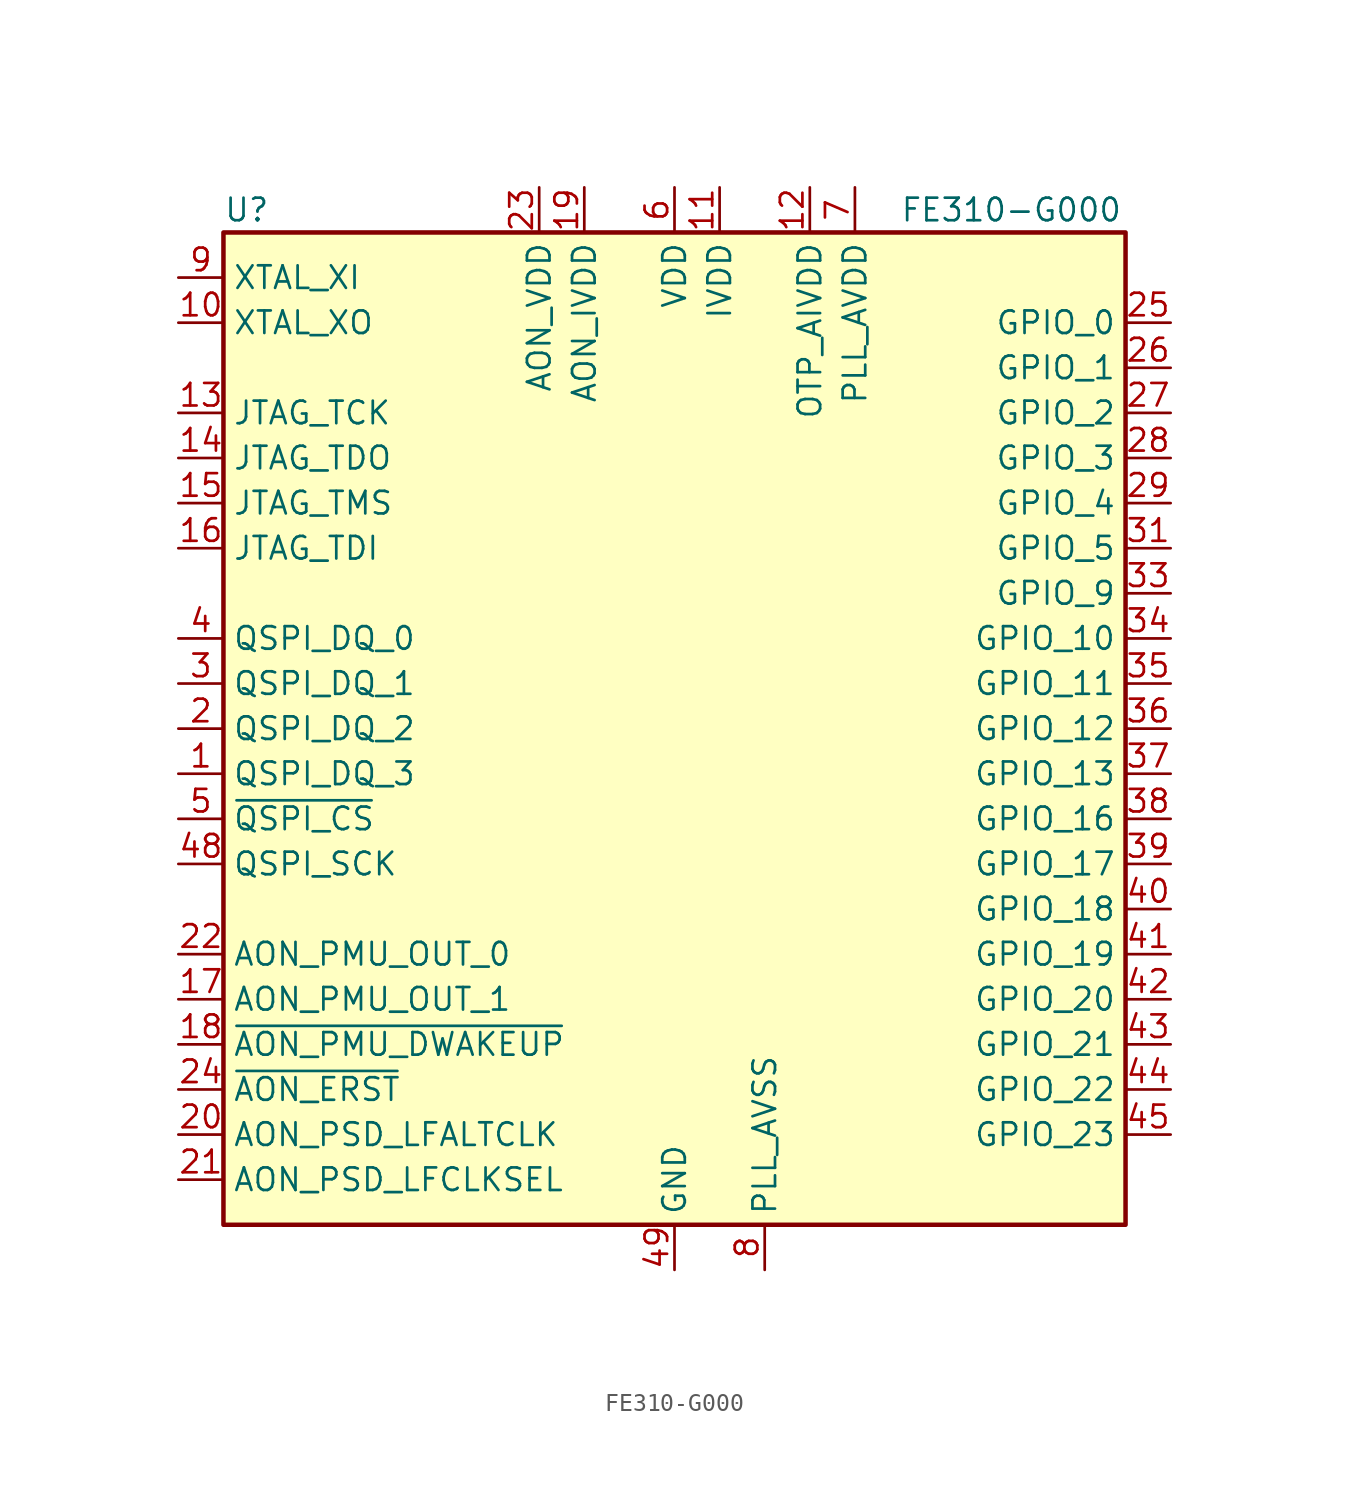
<source format=kicad_sym>
(kicad_symbol_lib
  (version 20211014)
  (generator kicad_symbol_editor)
  (symbol "FE310-G000"
    (property "Reference" "U"
      (at -25.4 29.21 0)
      (effects (font (size 1.27 1.27)) (justify left)))
    (property "Value" "FE310-G000"
      (at 12.7 29.21 0)
      (effects (font (size 1.27 1.27)) (justify left)))
    (symbol "FE310-G000_0_1"
      (rectangle (start -25.4 27.94) (end 25.4 -27.94) (stroke (width 0.254) (type default) (color 0 0 0 0)) (fill (type background))))
    (symbol "FE310-G000_1_1"
      (pin bidirectional line (at -27.94 -2.54 0) (length 2.54) (name "QSPI_DQ_3" (effects (font (size 1.27 1.27)))) (number "1" (effects (font (size 1.27 1.27)))))
      (pin output line (at -27.94 22.86 0) (length 2.54) (name "XTAL_XO" (effects (font (size 1.27 1.27)))) (number "10" (effects (font (size 1.27 1.27)))))
      (pin power_in line (at 2.54 30.48 270) (length 2.54) (name "IVDD" (effects (font (size 1.27 1.27)))) (number "11" (effects (font (size 1.27 1.27)))))
      (pin power_in line (at 7.62 30.48 270) (length 2.54) (name "OTP_AIVDD" (effects (font (size 1.27 1.27)))) (number "12" (effects (font (size 1.27 1.27)))))
      (pin input line (at -27.94 17.78 0) (length 2.54) (name "JTAG_TCK" (effects (font (size 1.27 1.27)))) (number "13" (effects (font (size 1.27 1.27)))))
      (pin output line (at -27.94 15.24 0) (length 2.54) (name "JTAG_TDO" (effects (font (size 1.27 1.27)))) (number "14" (effects (font (size 1.27 1.27)))))
      (pin input line (at -27.94 12.7 0) (length 2.54) (name "JTAG_TMS" (effects (font (size 1.27 1.27)))) (number "15" (effects (font (size 1.27 1.27)))))
      (pin input line (at -27.94 10.16 0) (length 2.54) (name "JTAG_TDI" (effects (font (size 1.27 1.27)))) (number "16" (effects (font (size 1.27 1.27)))))
      (pin output line (at -27.94 -15.24 0) (length 2.54) (name "AON_PMU_OUT_1" (effects (font (size 1.27 1.27)))) (number "17" (effects (font (size 1.27 1.27)))))
      (pin input line (at -27.94 -17.78 0) (length 2.54) (name "~{AON_PMU_DWAKEUP}" (effects (font (size 1.27 1.27)))) (number "18" (effects (font (size 1.27 1.27)))))
      (pin power_in line (at -5.08 30.48 270) (length 2.54) (name "AON_IVDD" (effects (font (size 1.27 1.27)))) (number "19" (effects (font (size 1.27 1.27)))))
      (pin bidirectional line (at -27.94 0 0) (length 2.54) (name "QSPI_DQ_2" (effects (font (size 1.27 1.27)))) (number "2" (effects (font (size 1.27 1.27)))))
      (pin input line (at -27.94 -22.86 0) (length 2.54) (name "AON_PSD_LFALTCLK" (effects (font (size 1.27 1.27)))) (number "20" (effects (font (size 1.27 1.27)))))
      (pin input line (at -27.94 -25.4 0) (length 2.54) (name "AON_PSD_LFCLKSEL" (effects (font (size 1.27 1.27)))) (number "21" (effects (font (size 1.27 1.27)))))
      (pin output line (at -27.94 -12.7 0) (length 2.54) (name "AON_PMU_OUT_0" (effects (font (size 1.27 1.27)))) (number "22" (effects (font (size 1.27 1.27)))))
      (pin power_in line (at -7.62 30.48 270) (length 2.54) (name "AON_VDD" (effects (font (size 1.27 1.27)))) (number "23" (effects (font (size 1.27 1.27)))))
      (pin input line (at -27.94 -20.32 0) (length 2.54) (name "~{AON_ERST}" (effects (font (size 1.27 1.27)))) (number "24" (effects (font (size 1.27 1.27)))))
      (pin bidirectional line (at 27.94 22.86 180) (length 2.54) (name "GPIO_0" (effects (font (size 1.27 1.27)))) (number "25" (effects (font (size 1.27 1.27)))))
      (pin bidirectional line (at 27.94 20.32 180) (length 2.54) (name "GPIO_1" (effects (font (size 1.27 1.27)))) (number "26" (effects (font (size 1.27 1.27)))))
      (pin bidirectional line (at 27.94 17.78 180) (length 2.54) (name "GPIO_2" (effects (font (size 1.27 1.27)))) (number "27" (effects (font (size 1.27 1.27)))))
      (pin bidirectional line (at 27.94 15.24 180) (length 2.54) (name "GPIO_3" (effects (font (size 1.27 1.27)))) (number "28" (effects (font (size 1.27 1.27)))))
      (pin bidirectional line (at 27.94 12.7 180) (length 2.54) (name "GPIO_4" (effects (font (size 1.27 1.27)))) (number "29" (effects (font (size 1.27 1.27)))))
      (pin bidirectional line (at -27.94 2.54 0) (length 2.54) (name "QSPI_DQ_1" (effects (font (size 1.27 1.27)))) (number "3" (effects (font (size 1.27 1.27)))))
      (pin passive line (at 0 30.48 270) (length 2.54) hide (name "VDD" (effects (font (size 1.27 1.27)))) (number "30" (effects (font (size 1.27 1.27)))))
      (pin bidirectional line (at 27.94 10.16 180) (length 2.54) (name "GPIO_5" (effects (font (size 1.27 1.27)))) (number "31" (effects (font (size 1.27 1.27)))))
      (pin passive line (at 2.54 30.48 270) (length 2.54) hide (name "IVDD" (effects (font (size 1.27 1.27)))) (number "32" (effects (font (size 1.27 1.27)))))
      (pin bidirectional line (at 27.94 7.62 180) (length 2.54) (name "GPIO_9" (effects (font (size 1.27 1.27)))) (number "33" (effects (font (size 1.27 1.27)))))
      (pin bidirectional line (at 27.94 5.08 180) (length 2.54) (name "GPIO_10" (effects (font (size 1.27 1.27)))) (number "34" (effects (font (size 1.27 1.27)))))
      (pin bidirectional line (at 27.94 2.54 180) (length 2.54) (name "GPIO_11" (effects (font (size 1.27 1.27)))) (number "35" (effects (font (size 1.27 1.27)))))
      (pin bidirectional line (at 27.94 0 180) (length 2.54) (name "GPIO_12" (effects (font (size 1.27 1.27)))) (number "36" (effects (font (size 1.27 1.27)))))
      (pin bidirectional line (at 27.94 -2.54 180) (length 2.54) (name "GPIO_13" (effects (font (size 1.27 1.27)))) (number "37" (effects (font (size 1.27 1.27)))))
      (pin bidirectional line (at 27.94 -5.08 180) (length 2.54) (name "GPIO_16" (effects (font (size 1.27 1.27)))) (number "38" (effects (font (size 1.27 1.27)))))
      (pin bidirectional line (at 27.94 -7.62 180) (length 2.54) (name "GPIO_17" (effects (font (size 1.27 1.27)))) (number "39" (effects (font (size 1.27 1.27)))))
      (pin bidirectional line (at -27.94 5.08 0) (length 2.54) (name "QSPI_DQ_0" (effects (font (size 1.27 1.27)))) (number "4" (effects (font (size 1.27 1.27)))))
      (pin bidirectional line (at 27.94 -10.16 180) (length 2.54) (name "GPIO_18" (effects (font (size 1.27 1.27)))) (number "40" (effects (font (size 1.27 1.27)))))
      (pin bidirectional line (at 27.94 -12.7 180) (length 2.54) (name "GPIO_19" (effects (font (size 1.27 1.27)))) (number "41" (effects (font (size 1.27 1.27)))))
      (pin bidirectional line (at 27.94 -15.24 180) (length 2.54) (name "GPIO_20" (effects (font (size 1.27 1.27)))) (number "42" (effects (font (size 1.27 1.27)))))
      (pin bidirectional line (at 27.94 -17.78 180) (length 2.54) (name "GPIO_21" (effects (font (size 1.27 1.27)))) (number "43" (effects (font (size 1.27 1.27)))))
      (pin bidirectional line (at 27.94 -20.32 180) (length 2.54) (name "GPIO_22" (effects (font (size 1.27 1.27)))) (number "44" (effects (font (size 1.27 1.27)))))
      (pin bidirectional line (at 27.94 -22.86 180) (length 2.54) (name "GPIO_23" (effects (font (size 1.27 1.27)))) (number "45" (effects (font (size 1.27 1.27)))))
      (pin passive line (at 0 30.48 270) (length 2.54) hide (name "VDD" (effects (font (size 1.27 1.27)))) (number "46" (effects (font (size 1.27 1.27)))))
      (pin passive line (at 2.54 30.48 270) (length 2.54) hide (name "IVDD" (effects (font (size 1.27 1.27)))) (number "47" (effects (font (size 1.27 1.27)))))
      (pin output line (at -27.94 -7.62 0) (length 2.54) (name "QSPI_SCK" (effects (font (size 1.27 1.27)))) (number "48" (effects (font (size 1.27 1.27)))))
      (pin power_in line (at 0 -30.48 90) (length 2.54) (name "GND" (effects (font (size 1.27 1.27)))) (number "49" (effects (font (size 1.27 1.27)))))
      (pin output line (at -27.94 -5.08 0) (length 2.54) (name "~{QSPI_CS}" (effects (font (size 1.27 1.27)))) (number "5" (effects (font (size 1.27 1.27)))))
      (pin power_in line (at 0 30.48 270) (length 2.54) (name "VDD" (effects (font (size 1.27 1.27)))) (number "6" (effects (font (size 1.27 1.27)))))
      (pin power_in line (at 10.16 30.48 270) (length 2.54) (name "PLL_AVDD" (effects (font (size 1.27 1.27)))) (number "7" (effects (font (size 1.27 1.27)))))
      (pin power_in line (at 5.08 -30.48 90) (length 2.54) (name "PLL_AVSS" (effects (font (size 1.27 1.27)))) (number "8" (effects (font (size 1.27 1.27)))))
      (pin input line (at -27.94 25.4 0) (length 2.54) (name "XTAL_XI" (effects (font (size 1.27 1.27)))) (number "9" (effects (font (size 1.27 1.27))))))))
</source>
